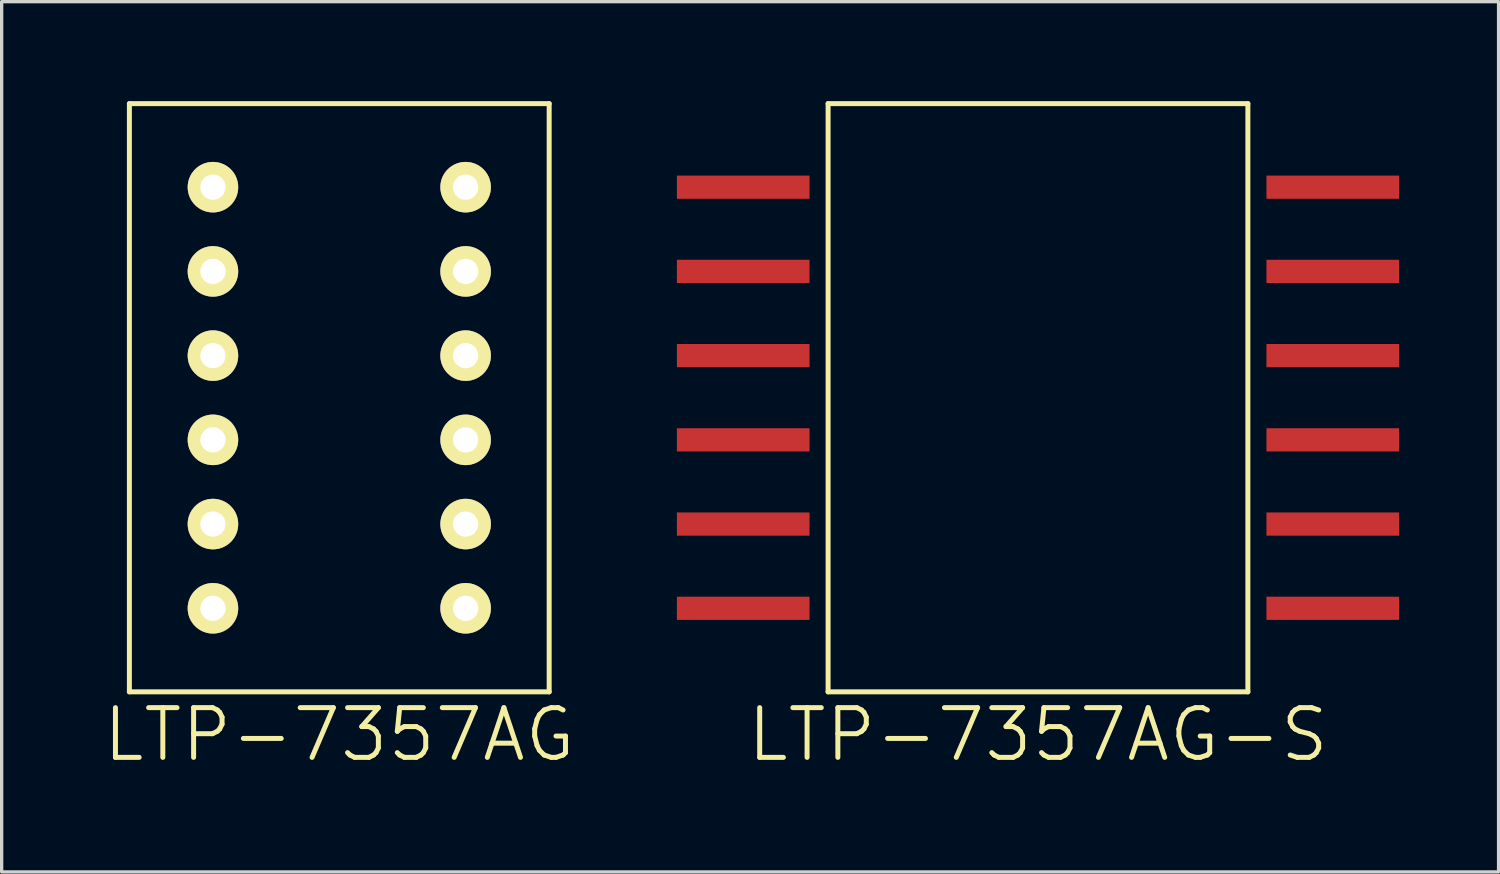
<source format=kicad_pcb>
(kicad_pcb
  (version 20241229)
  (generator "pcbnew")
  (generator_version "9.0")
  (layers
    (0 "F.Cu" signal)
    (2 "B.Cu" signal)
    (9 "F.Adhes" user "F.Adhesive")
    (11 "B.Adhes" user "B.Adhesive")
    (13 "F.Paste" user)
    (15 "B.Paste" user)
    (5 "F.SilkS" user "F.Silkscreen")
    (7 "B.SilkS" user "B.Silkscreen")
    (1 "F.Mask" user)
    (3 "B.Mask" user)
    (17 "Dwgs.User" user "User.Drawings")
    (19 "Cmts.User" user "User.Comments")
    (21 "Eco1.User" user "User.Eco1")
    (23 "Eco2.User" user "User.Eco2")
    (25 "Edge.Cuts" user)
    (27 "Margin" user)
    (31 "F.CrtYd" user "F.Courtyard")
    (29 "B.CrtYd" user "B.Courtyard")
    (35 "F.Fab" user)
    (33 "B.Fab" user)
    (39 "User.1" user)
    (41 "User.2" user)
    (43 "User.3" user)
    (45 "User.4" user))
  (footprint "LTP-7357AG-S"
    (layer "F.Cu")
    (at 28.254 8.945)
    (property "Reference" "LTP-7357AG-S" (at 0 10.16 0) (layer "F.SilkS") (effects (font (size 1.5 1.5) (thickness 0.15))))
    (attr through_hole)
    (fp_line (start -6.33 -8.87) (end -6.33 8.87) (stroke (width 0.15) (type solid)) (layer "F.SilkS"))
    (fp_line (start -6.33 -8.87) (end 6.33 -8.87) (stroke (width 0.15) (type solid)) (layer "F.SilkS"))
    (fp_line (start -6.33 8.87) (end 6.33 8.87) (stroke (width 0.15) (type solid)) (layer "F.SilkS"))
    (fp_line (start 6.33 8.87) (end 6.33 -8.87) (stroke (width 0.15) (type solid)) (layer "F.SilkS"))
    (pad "1" smd rect (at 8.89 -6.35) (size 4 0.7) (layers "F.Cu" "F.Mask" "F.Paste"))
    (pad "2" smd rect (at 8.89 -3.81) (size 4 0.7) (layers "F.Cu" "F.Mask" "F.Paste"))
    (pad "3" smd rect (at 8.89 -1.27) (size 4 0.7) (layers "F.Cu" "F.Mask" "F.Paste"))
    (pad "4" smd rect (at 8.89 1.27) (size 4 0.7) (layers "F.Cu" "F.Mask" "F.Paste"))
    (pad "5" smd rect (at 8.89 3.81) (size 4 0.7) (layers "F.Cu" "F.Mask" "F.Paste"))
    (pad "6" smd rect (at 8.89 6.35) (size 4 0.7) (layers "F.Cu" "F.Mask" "F.Paste"))
    (pad "7" smd rect (at -8.89 6.35) (size 4 0.7) (layers "F.Cu" "F.Mask" "F.Paste"))
    (pad "8" smd rect (at -8.89 3.81) (size 4 0.7) (layers "F.Cu" "F.Mask" "F.Paste"))
    (pad "9" smd rect (at -8.89 1.27) (size 4 0.7) (layers "F.Cu" "F.Mask" "F.Paste"))
    (pad "10" smd rect (at -8.89 -1.27) (size 4 0.7) (layers "F.Cu" "F.Mask" "F.Paste"))
    (pad "11" smd rect (at -8.89 -3.81) (size 4 0.7) (layers "F.Cu" "F.Mask" "F.Paste"))
    (pad "12" smd rect (at -8.89 -6.35) (size 4 0.7) (layers "F.Cu" "F.Mask" "F.Paste")))
  (footprint "LTP-7357AG"
    (layer "F.Cu")
    (at 7.182 8.945)
    (property "Reference" "LTP-7357AG" (at 0 10.16 0) (layer "F.SilkS") (effects (font (size 1.5 1.5) (thickness 0.15))))
    (attr through_hole)
    (fp_line (start -6.33 -8.87) (end -6.33 8.87) (stroke (width 0.15) (type solid)) (layer "F.SilkS"))
    (fp_line (start -6.33 -8.87) (end 6.33 -8.87) (stroke (width 0.15) (type solid)) (layer "F.SilkS"))
    (fp_line (start -6.33 8.87) (end 6.33 8.87) (stroke (width 0.15) (type solid)) (layer "F.SilkS"))
    (fp_line (start 6.33 8.87) (end 6.33 -8.87) (stroke (width 0.15) (type solid)) (layer "F.SilkS"))
    (pad "1" thru_hole circle (at -3.81 -6.35) (size 1.524 1.524) (drill 0.762) (layers "*.Cu" "*.Mask" "F.SilkS"))
    (pad "2" thru_hole circle (at -3.81 -3.81) (size 1.524 1.524) (drill 0.762) (layers "*.Cu" "*.Mask" "F.SilkS"))
    (pad "3" thru_hole circle (at -3.81 -1.27) (size 1.524 1.524) (drill 0.762) (layers "*.Cu" "*.Mask" "F.SilkS"))
    (pad "4" thru_hole circle (at -3.81 1.27) (size 1.524 1.524) (drill 0.762) (layers "*.Cu" "*.Mask" "F.SilkS"))
    (pad "5" thru_hole circle (at -3.81 3.81) (size 1.524 1.524) (drill 0.762) (layers "*.Cu" "*.Mask" "F.SilkS"))
    (pad "6" thru_hole circle (at -3.81 6.35) (size 1.524 1.524) (drill 0.762) (layers "*.Cu" "*.Mask" "F.SilkS"))
    (pad "7" thru_hole circle (at 3.81 6.35) (size 1.524 1.524) (drill 0.762) (layers "*.Cu" "*.Mask" "F.SilkS"))
    (pad "8" thru_hole circle (at 3.81 3.81) (size 1.524 1.524) (drill 0.762) (layers "*.Cu" "*.Mask" "F.SilkS"))
    (pad "9" thru_hole circle (at 3.81 1.27) (size 1.524 1.524) (drill 0.762) (layers "*.Cu" "*.Mask" "F.SilkS"))
    (pad "10" thru_hole circle (at 3.81 -1.27) (size 1.524 1.524) (drill 0.762) (layers "*.Cu" "*.Mask" "F.SilkS"))
    (pad "11" thru_hole circle (at 3.81 -3.81) (size 1.524 1.524) (drill 0.762) (layers "*.Cu" "*.Mask" "F.SilkS"))
    (pad "12" thru_hole circle (at 3.81 -6.35) (size 1.524 1.524) (drill 0.762) (layers "*.Cu" "*.Mask" "F.SilkS")))
  (gr_rect
    (start -3 -3)
    (end 42.144 23.246)
    (stroke (width 0.1) (type default))
    (fill no)
    (layer "Edge.Cuts")))
</source>
